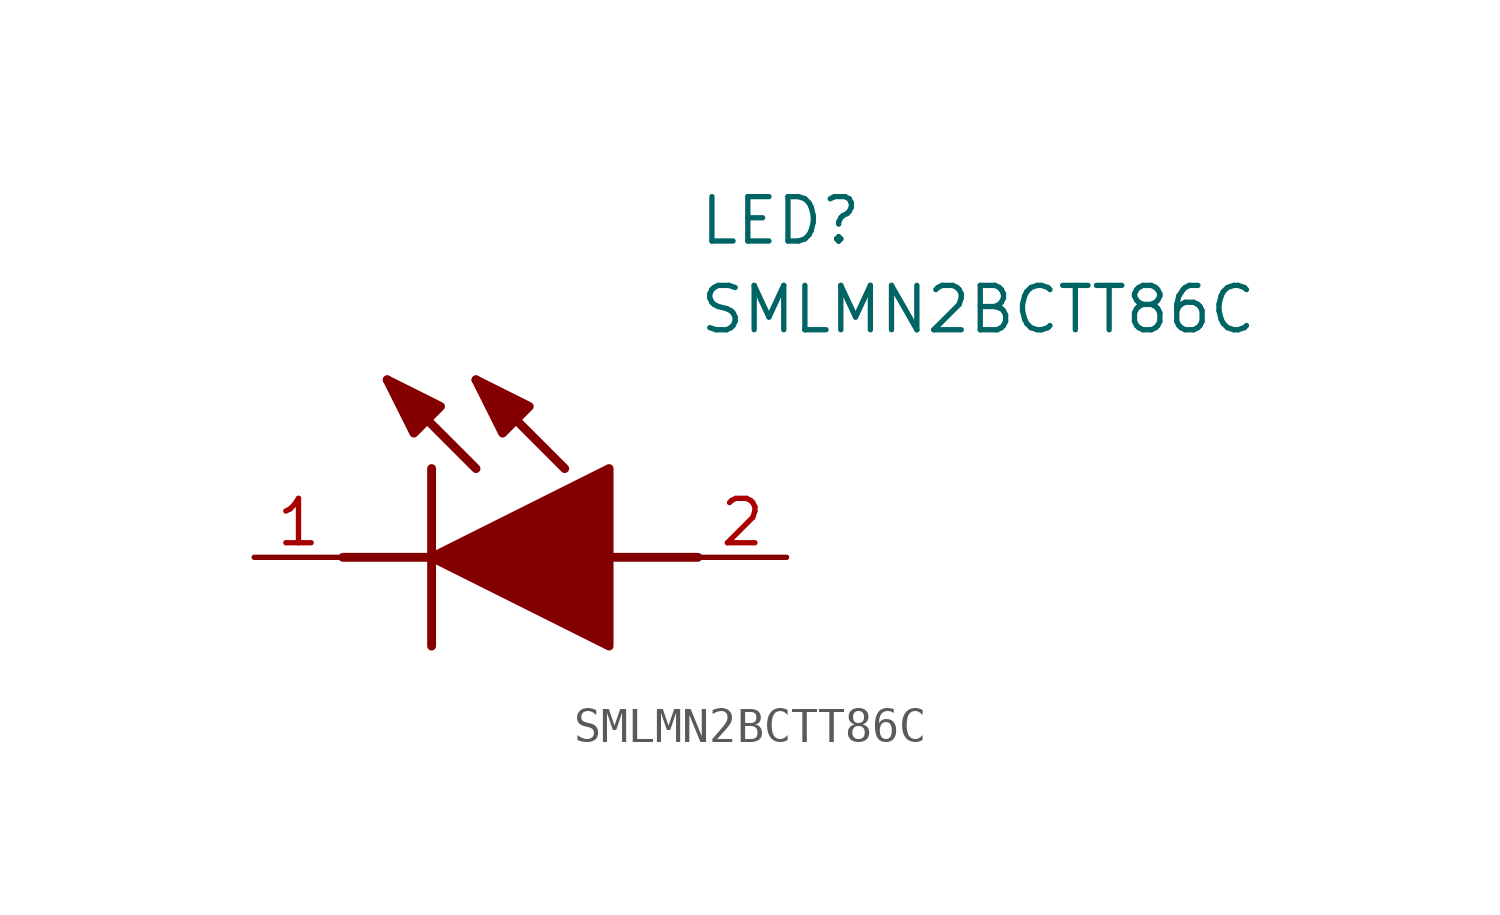
<source format=kicad_sym>
(kicad_symbol_lib
  (version 20211014)
  (generator SamacSys_ECAD_Model)
  (symbol "SMLMN2BCTT86C"
    (pin_names hide)
    (property "Reference" "LED"
      (at 12.7 8.89 0)
      (effects (font (size 1.27 1.27)) (justify left bottom)))
    (property "Value" "SMLMN2BCTT86C"
      (at 12.7 6.35 0)
      (effects (font (size 1.27 1.27)) (justify left bottom)))
    (polyline
      (pts (xy 5.08 2.54) (xy 5.08 -2.54))
      (stroke (width 0.254) (type default))
      (fill (type none)))
    (polyline
      (pts (xy 6.35 2.54) (xy 3.81 5.08))
      (stroke (width 0.254) (type default))
      (fill (type none)))
    (polyline
      (pts (xy 8.89 2.54) (xy 6.35 5.08))
      (stroke (width 0.254) (type default))
      (fill (type none)))
    (polyline
      (pts (xy 2.54 0) (xy 5.08 0))
      (stroke (width 0.254) (type default))
      (fill (type none)))
    (polyline
      (pts (xy 10.16 0) (xy 12.7 0))
      (stroke (width 0.254) (type default))
      (fill (type none)))
    (polyline
      (pts (xy 5.08 0) (xy 10.16 2.54) (xy 10.16 -2.54) (xy 5.08 0))
      (stroke (width 0.254) (type default))
      (fill (type outline)))
    (polyline
      (pts (xy 5.334 4.318) (xy 4.572 3.556) (xy 3.81 5.08) (xy 5.334 4.318))
      (stroke (width 0.254) (type default))
      (fill (type outline)))
    (polyline
      (pts (xy 7.874 4.318) (xy 7.112 3.556) (xy 6.35 5.08) (xy 7.874 4.318))
      (stroke (width 0.254) (type default))
      (fill (type outline)))
    (pin passive line
      (at 0 0 0)
      (length 2.54)
      (name "K" (effects (font (size 1.27 1.27))))
      (number "1" (effects (font (size 1.27 1.27)))))
    (pin passive line
      (at 15.24 0 180)
      (length 2.54)
      (name "A" (effects (font (size 1.27 1.27))))
      (number "2" (effects (font (size 1.27 1.27)))))))
</source>
